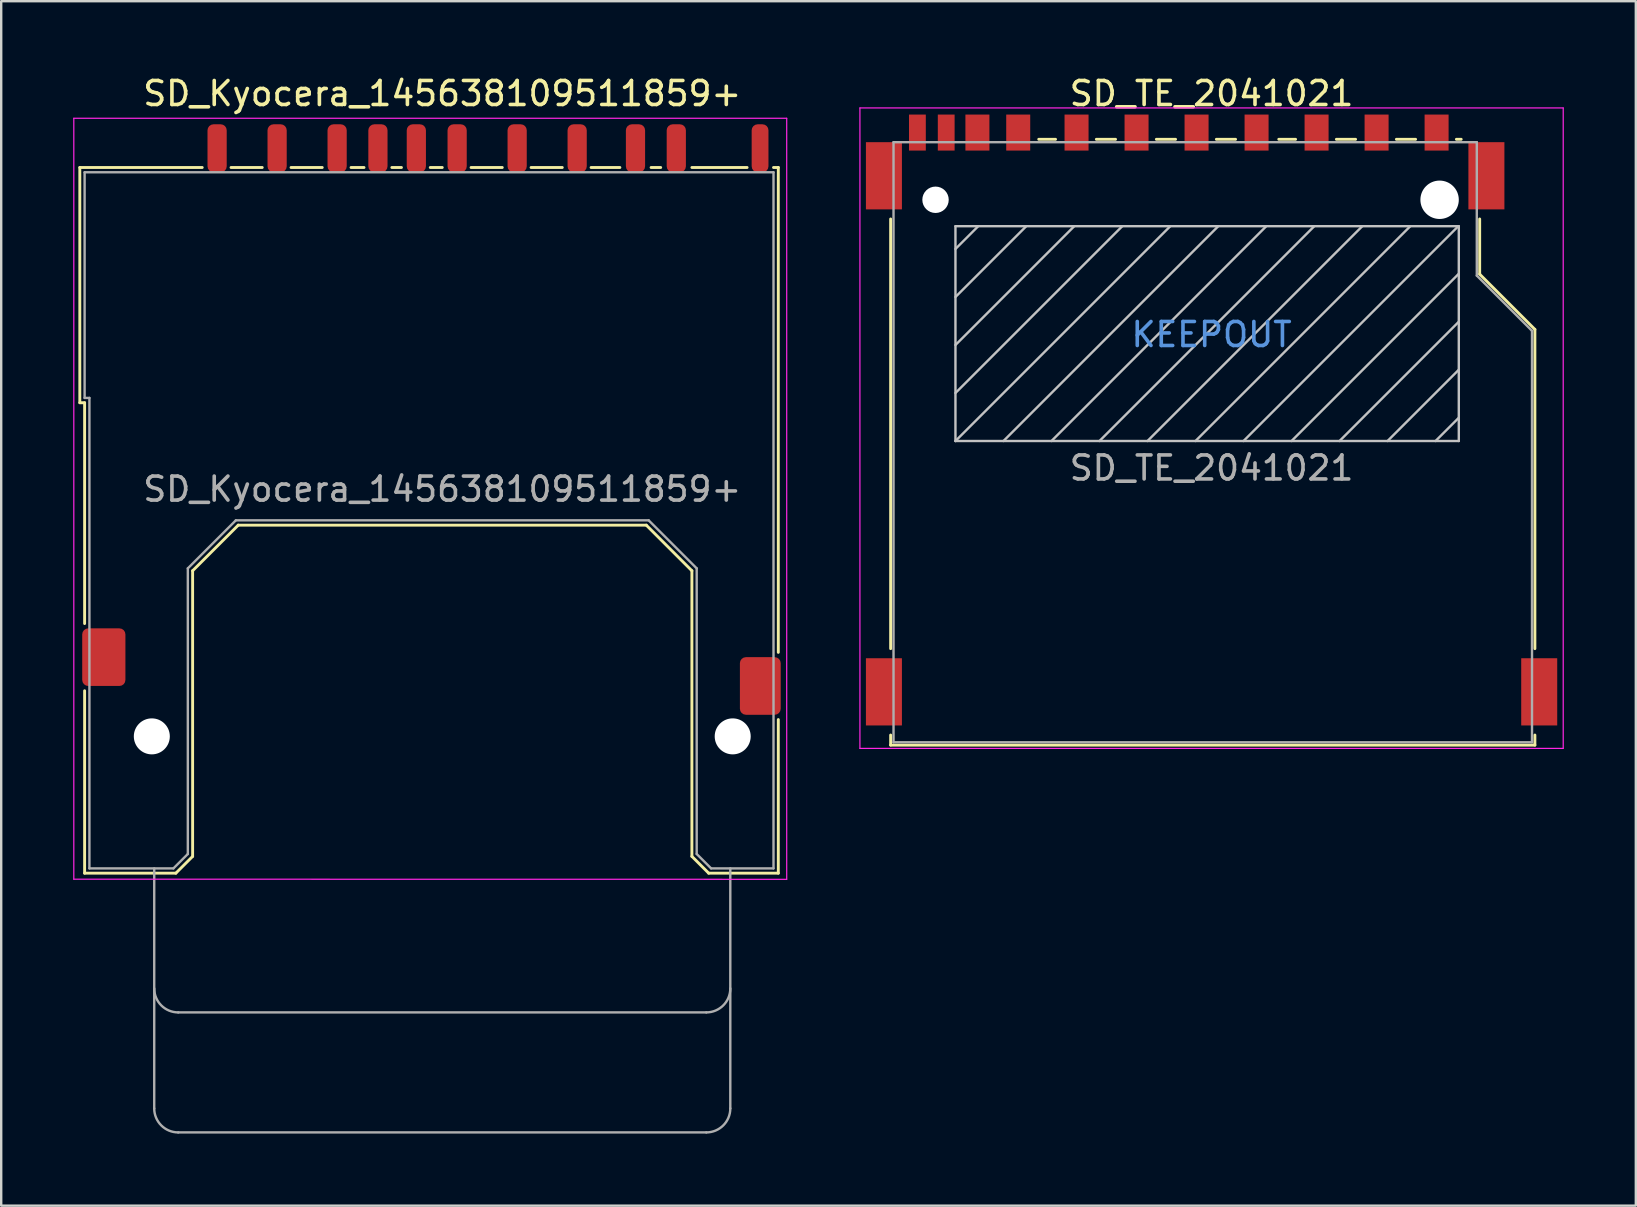
<source format=kicad_pcb>
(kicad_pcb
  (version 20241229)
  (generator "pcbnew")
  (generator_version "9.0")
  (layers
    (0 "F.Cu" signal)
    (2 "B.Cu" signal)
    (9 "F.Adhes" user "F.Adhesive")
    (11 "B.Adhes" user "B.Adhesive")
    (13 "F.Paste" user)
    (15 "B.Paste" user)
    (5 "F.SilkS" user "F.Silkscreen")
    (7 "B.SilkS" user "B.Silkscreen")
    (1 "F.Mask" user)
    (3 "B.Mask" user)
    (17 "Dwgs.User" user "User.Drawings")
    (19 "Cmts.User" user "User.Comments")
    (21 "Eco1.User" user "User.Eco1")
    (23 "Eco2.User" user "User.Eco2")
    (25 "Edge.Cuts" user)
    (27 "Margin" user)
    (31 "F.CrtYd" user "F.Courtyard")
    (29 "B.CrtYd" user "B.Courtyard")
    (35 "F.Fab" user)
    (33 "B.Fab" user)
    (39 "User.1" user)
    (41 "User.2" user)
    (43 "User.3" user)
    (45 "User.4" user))
  (footprint "SD_Kyocera_145638109511859+"
    (layer "F.Cu")
    (at 15.375 18.628)
    (property "Reference" "SD_Kyocera_145638109511859+" (at 0 -17.78 180) (layer "F.SilkS") (effects (font (size 1 1) (thickness 0.15))))
    (attr smd)
    (fp_line (start -15.1 -14.7) (end -10 -14.7) (stroke (width 0.12) (type solid)) (layer "F.SilkS"))
    (fp_line (start -15.1 -4.9) (end -15.1 -14.7) (stroke (width 0.12) (type solid)) (layer "F.SilkS"))
    (fp_line (start -14.9 -4.9) (end -15.1 -4.9) (stroke (width 0.12) (type solid)) (layer "F.SilkS"))
    (fp_line (start -14.9 -4.9) (end -14.9 4.3) (stroke (width 0.12) (type solid)) (layer "F.SilkS"))
    (fp_line (start -14.9 7.1) (end -14.9 14.7) (stroke (width 0.12) (type solid)) (layer "F.SilkS"))
    (fp_line (start -14.9 14.7) (end -11.1 14.7) (stroke (width 0.12) (type solid)) (layer "F.SilkS"))
    (fp_line (start -10.4 14) (end -11.1 14.7) (stroke (width 0.12) (type solid)) (layer "F.SilkS"))
    (fp_line (start -10.4 14) (end -10.4 2.1) (stroke (width 0.12) (type solid)) (layer "F.SilkS"))
    (fp_line (start -8.8 -14.7) (end -7.5 -14.7) (stroke (width 0.12) (type solid)) (layer "F.SilkS"))
    (fp_line (start -8.5 0.2) (end -10.4 2.1) (stroke (width 0.12) (type solid)) (layer "F.SilkS"))
    (fp_line (start -6.3 -14.7) (end -5 -14.7) (stroke (width 0.12) (type solid)) (layer "F.SilkS"))
    (fp_line (start -3.8 -14.7) (end -3.26 -14.7) (stroke (width 0.12) (type solid)) (layer "F.SilkS"))
    (fp_line (start -2.1 -14.7) (end -1.7 -14.7) (stroke (width 0.12) (type solid)) (layer "F.SilkS"))
    (fp_line (start -0.5 -14.7) (end 0 -14.7) (stroke (width 0.12) (type solid)) (layer "F.SilkS"))
    (fp_line (start 1.2 -14.7) (end 2.5 -14.7) (stroke (width 0.12) (type solid)) (layer "F.SilkS"))
    (fp_line (start 3.7 -14.7) (end 5 -14.7) (stroke (width 0.12) (type solid)) (layer "F.SilkS"))
    (fp_line (start 6.2 -14.7) (end 7.4 -14.7) (stroke (width 0.12) (type solid)) (layer "F.SilkS"))
    (fp_line (start 8.5 0.2) (end -8.5 0.2) (stroke (width 0.12) (type solid)) (layer "F.SilkS"))
    (fp_line (start 8.5 0.2) (end 10.4 2.1) (stroke (width 0.12) (type solid)) (layer "F.SilkS"))
    (fp_line (start 8.7 -14.7) (end 9.1 -14.7) (stroke (width 0.12) (type solid)) (layer "F.SilkS"))
    (fp_line (start 10.4 -14.7) (end 12.7 -14.7) (stroke (width 0.12) (type solid)) (layer "F.SilkS"))
    (fp_line (start 10.4 14) (end 10.4 2.1) (stroke (width 0.12) (type solid)) (layer "F.SilkS"))
    (fp_line (start 10.4 14) (end 11.1 14.7) (stroke (width 0.12) (type solid)) (layer "F.SilkS"))
    (fp_line (start 13.8 -14.7) (end 14 -14.7) (stroke (width 0.12) (type solid)) (layer "F.SilkS"))
    (fp_line (start 14 -14.7) (end 14 5.5) (stroke (width 0.12) (type solid)) (layer "F.SilkS"))
    (fp_line (start 14 8.3) (end 14 14.7) (stroke (width 0.12) (type solid)) (layer "F.SilkS"))
    (fp_line (start 14 14.7) (end 11.1 14.7) (stroke (width 0.12) (type solid)) (layer "F.SilkS"))
    (fp_line (start -15.35 -16.75) (end -15.35 14.95) (stroke (width 0.05) (type solid)) (layer "F.CrtYd"))
    (fp_line (start -15.35 14.95) (end 14.35 14.955) (stroke (width 0.05) (type solid)) (layer "F.CrtYd"))
    (fp_line (start 14.35 -16.75) (end -15.35 -16.75) (stroke (width 0.05) (type solid)) (layer "F.CrtYd"))
    (fp_line (start 14.35 14.955) (end 14.35 -16.75) (stroke (width 0.05) (type solid)) (layer "F.CrtYd"))
    (fp_line (start -14.9 -14.5) (end 13.8 -14.5) (stroke (width 0.1) (type solid)) (layer "F.Fab"))
    (fp_line (start -14.9 -5.1) (end -14.9 -14.5) (stroke (width 0.1) (type solid)) (layer "F.Fab"))
    (fp_line (start -14.7 -5.1) (end -14.9 -5.1) (stroke (width 0.1) (type solid)) (layer "F.Fab"))
    (fp_line (start -14.7 14.5) (end -14.7 -5.1) (stroke (width 0.1) (type solid)) (layer "F.Fab"))
    (fp_line (start -12 24.5) (end -12 14.5) (stroke (width 0.1) (type solid)) (layer "F.Fab"))
    (fp_line (start -11.2 14.5) (end -14.7 14.5) (stroke (width 0.1) (type solid)) (layer "F.Fab"))
    (fp_line (start -11.2 14.5) (end -10.6 13.9) (stroke (width 0.1) (type solid)) (layer "F.Fab"))
    (fp_line (start -10.6 2) (end -10.6 13.9) (stroke (width 0.1) (type solid)) (layer "F.Fab"))
    (fp_line (start -10.6 2) (end -8.6 0) (stroke (width 0.1) (type solid)) (layer "F.Fab"))
    (fp_line (start 8.6 0) (end -8.6 0) (stroke (width 0.1) (type solid)) (layer "F.Fab"))
    (fp_line (start 8.6 0) (end 10.6 2) (stroke (width 0.1) (type solid)) (layer "F.Fab"))
    (fp_line (start 10.6 13.9) (end 10.6 2) (stroke (width 0.1) (type solid)) (layer "F.Fab"))
    (fp_line (start 10.6 13.9) (end 11.2 14.5) (stroke (width 0.1) (type solid)) (layer "F.Fab"))
    (fp_line (start 11 20.5) (end -11 20.5) (stroke (width 0.1) (type solid)) (layer "F.Fab"))
    (fp_line (start 11 25.5) (end -11 25.5) (stroke (width 0.1) (type solid)) (layer "F.Fab"))
    (fp_line (start 12 14.5) (end 12 24.5) (stroke (width 0.1) (type solid)) (layer "F.Fab"))
    (fp_line (start 13.8 -14.5) (end 13.8 14.5) (stroke (width 0.1) (type solid)) (layer "F.Fab"))
    (fp_line (start 13.8 14.5) (end 11.2 14.5) (stroke (width 0.1) (type solid)) (layer "F.Fab"))
    (fp_arc (start -11 20.5) (mid -11.707107 20.207107) (end -12 19.5) (stroke (width 0.1) (type solid)) (layer "F.Fab"))
    (fp_arc (start -11 25.5) (mid -11.707107 25.207107) (end -12 24.5) (stroke (width 0.1) (type solid)) (layer "F.Fab"))
    (fp_arc (start 12 19.5) (mid 11.707107 20.207107) (end 11 20.5) (stroke (width 0.1) (type solid)) (layer "F.Fab"))
    (fp_arc (start 12 24.5) (mid 11.707107 25.207107) (end 11 25.5) (stroke (width 0.1) (type solid)) (layer "F.Fab"))
    (fp_text user "${REFERENCE}" (at 0 -1.3 180) (layer "F.Fab") (effects (font (size 1 1) (thickness 0.15))))
    (pad "" np_thru_hole circle (at -12.1 9 180) (size 1.5 1.5) (drill 1.5) (layers "*.Cu" "*.Mask"))
    (pad "" np_thru_hole circle (at 12.1 9 180) (size 1.5 1.5) (drill 1.5) (layers "*.Cu" "*.Mask"))
    (pad "1" smd roundrect (at -6.88 -15.5 180) (size 0.8 2) (layers "F.Cu" "F.Mask" "F.Paste") (roundrect_rratio 0.313))
    (pad "2" smd roundrect (at -4.38 -15.5 180) (size 0.8 2) (layers "F.Cu" "F.Mask" "F.Paste") (roundrect_rratio 0.313))
    (pad "3" smd roundrect (at -1.08 -15.5 180) (size 0.8 2) (layers "F.Cu" "F.Mask" "F.Paste") (roundrect_rratio 0.313))
    (pad "4" smd roundrect (at 0.62 -15.5 180) (size 0.8 2) (layers "F.Cu" "F.Mask" "F.Paste") (roundrect_rratio 0.313))
    (pad "5" smd roundrect (at 3.12 -15.5 180) (size 0.8 2) (layers "F.Cu" "F.Mask" "F.Paste") (roundrect_rratio 0.313))
    (pad "6" smd roundrect (at 5.62 -15.5 180) (size 0.8 2) (layers "F.Cu" "F.Mask" "F.Paste") (roundrect_rratio 0.313))
    (pad "7" smd roundrect (at 8.05 -15.5 180) (size 0.8 2) (layers "F.Cu" "F.Mask" "F.Paste") (roundrect_rratio 0.313))
    (pad "8" smd roundrect (at 9.75 -15.5 180) (size 0.8 2) (layers "F.Cu" "F.Mask" "F.Paste") (roundrect_rratio 0.313))
    (pad "9" smd roundrect (at -9.38 -15.5 180) (size 0.8 2) (layers "F.Cu" "F.Mask" "F.Paste") (roundrect_rratio 0.313))
    (pad "10" smd roundrect (at -2.68 -15.5 180) (size 0.8 2) (layers "F.Cu" "F.Mask" "F.Paste") (roundrect_rratio 0.313))
    (pad "11" smd roundrect (at 13.24 -15.5 180) (size 0.7 2) (layers "F.Cu" "F.Mask" "F.Paste") (roundrect_rratio 0.357))
    (pad "12" smd roundrect (at 13.25 6.9 180) (size 1.7 2.4) (layers "F.Cu" "F.Mask" "F.Paste") (roundrect_rratio 0.147))
    (pad "13" smd roundrect (at -14.1 5.7 180) (size 1.8 2.4) (layers "F.Cu" "F.Mask" "F.Paste") (roundrect_rratio 0.139)))
  (footprint "SD_TE_2041021"
    (layer "F.Cu")
    (at 47.425 14.448)
    (property "Reference" "SD_TE_2041021" (at 0 -13.6 0) (layer "F.SilkS") (effects (font (size 1 1) (thickness 0.15))))
    (attr smd)
    (fp_line (start -13.37 -8.375) (end -13.37 9.525) (stroke (width 0.12) (type solid)) (layer "F.SilkS"))
    (fp_line (start -13.37 13.125) (end -13.37 13.545) (stroke (width 0.12) (type solid)) (layer "F.SilkS"))
    (fp_line (start -13.37 13.545) (end 13.47 13.545) (stroke (width 0.12) (type solid)) (layer "F.SilkS"))
    (fp_line (start -7.2 -11.695) (end -6.5 -11.695) (stroke (width 0.12) (type solid)) (layer "F.SilkS"))
    (fp_line (start -4.8 -11.695) (end -4 -11.695) (stroke (width 0.12) (type solid)) (layer "F.SilkS"))
    (fp_line (start -2.3 -11.695) (end -1.5 -11.695) (stroke (width 0.12) (type solid)) (layer "F.SilkS"))
    (fp_line (start 0.2 -11.695) (end 1 -11.695) (stroke (width 0.12) (type solid)) (layer "F.SilkS"))
    (fp_line (start 2.8 -11.695) (end 3.5 -11.695) (stroke (width 0.12) (type solid)) (layer "F.SilkS"))
    (fp_line (start 5.2 -11.695) (end 6 -11.695) (stroke (width 0.12) (type solid)) (layer "F.SilkS"))
    (fp_line (start 7.7 -11.695) (end 8.5 -11.695) (stroke (width 0.12) (type solid)) (layer "F.SilkS"))
    (fp_line (start 10.2 -11.695) (end 10.4 -11.695) (stroke (width 0.12) (type solid)) (layer "F.SilkS"))
    (fp_line (start 11.17 -8.375) (end 11.17 -6.075) (stroke (width 0.12) (type solid)) (layer "F.SilkS"))
    (fp_line (start 11.17 -6.075) (end 13.47 -3.775) (stroke (width 0.12) (type solid)) (layer "F.SilkS"))
    (fp_line (start 13.47 -3.775) (end 13.47 9.525) (stroke (width 0.12) (type solid)) (layer "F.SilkS"))
    (fp_line (start 13.47 13.545) (end 13.47 13.125) (stroke (width 0.12) (type solid)) (layer "F.SilkS"))
    (fp_line (start -10.67 -8.075) (end -10.67 0.875) (stroke (width 0.1) (type solid)) (layer "Dwgs.User"))
    (fp_line (start -10.67 0.875) (end 10.3 0.875) (stroke (width 0.1) (type solid)) (layer "Dwgs.User"))
    (fp_line (start -9.72 -8.075) (end -10.67 -7.125) (stroke (width 0.1) (type solid)) (layer "Dwgs.User"))
    (fp_line (start -7.72 -8.075) (end -10.67 -5.125) (stroke (width 0.1) (type solid)) (layer "Dwgs.User"))
    (fp_line (start -5.72 -8.075) (end -10.67 -3.125) (stroke (width 0.1) (type solid)) (layer "Dwgs.User"))
    (fp_line (start -3.72 -8.075) (end -10.67 -1.125) (stroke (width 0.1) (type solid)) (layer "Dwgs.User"))
    (fp_line (start -1.72 -8.075) (end -10.67 0.875) (stroke (width 0.1) (type solid)) (layer "Dwgs.User"))
    (fp_line (start 0.28 -8.075) (end -8.67 0.875) (stroke (width 0.1) (type solid)) (layer "Dwgs.User"))
    (fp_line (start 2.28 -8.075) (end -6.67 0.875) (stroke (width 0.1) (type solid)) (layer "Dwgs.User"))
    (fp_line (start 4.28 -8.075) (end -4.67 0.875) (stroke (width 0.1) (type solid)) (layer "Dwgs.User"))
    (fp_line (start 6.28 -8.075) (end -2.67 0.875) (stroke (width 0.1) (type solid)) (layer "Dwgs.User"))
    (fp_line (start 8.28 -8.075) (end -0.67 0.875) (stroke (width 0.1) (type solid)) (layer "Dwgs.User"))
    (fp_line (start 10.28 -8.075) (end 1.33 0.875) (stroke (width 0.1) (type solid)) (layer "Dwgs.User"))
    (fp_line (start 10.3 -8.075) (end -10.67 -8.075) (stroke (width 0.1) (type solid)) (layer "Dwgs.User"))
    (fp_line (start 10.3 -6.095) (end 3.33 0.875) (stroke (width 0.1) (type solid)) (layer "Dwgs.User"))
    (fp_line (start 10.3 -4.095) (end 5.33 0.875) (stroke (width 0.1) (type solid)) (layer "Dwgs.User"))
    (fp_line (start 10.3 -2.095) (end 7.33 0.875) (stroke (width 0.1) (type solid)) (layer "Dwgs.User"))
    (fp_line (start 10.3 -0.095) (end 9.33 0.875) (stroke (width 0.1) (type solid)) (layer "Dwgs.User"))
    (fp_line (start 10.3 0.875) (end 10.3 -8.075) (stroke (width 0.1) (type solid)) (layer "Dwgs.User"))
    (fp_line (start -14.65 -13) (end -14.65 13.68) (stroke (width 0.05) (type solid)) (layer "F.CrtYd"))
    (fp_line (start -14.65 -13) (end 14.65 -13) (stroke (width 0.05) (type solid)) (layer "F.CrtYd"))
    (fp_line (start 14.65 13.68) (end -14.65 13.68) (stroke (width 0.05) (type solid)) (layer "F.CrtYd"))
    (fp_line (start 14.65 13.68) (end 14.65 -13) (stroke (width 0.05) (type solid)) (layer "F.CrtYd"))
    (fp_line (start -13.25 -11.575) (end -13.25 13.425) (stroke (width 0.1) (type solid)) (layer "F.Fab"))
    (fp_line (start -13.25 13.425) (end 13.35 13.425) (stroke (width 0.1) (type solid)) (layer "F.Fab"))
    (fp_line (start 11.05 -11.575) (end -13.25 -11.575) (stroke (width 0.1) (type solid)) (layer "F.Fab"))
    (fp_line (start 11.05 -6.015) (end 11.05 -11.575) (stroke (width 0.1) (type solid)) (layer "F.Fab"))
    (fp_line (start 13.35 -3.715) (end 11.05 -6.015) (stroke (width 0.1) (type solid)) (layer "F.Fab"))
    (fp_line (start 13.35 13.425) (end 13.35 -3.715) (stroke (width 0.1) (type solid)) (layer "F.Fab"))
    (fp_text user "KEEPOUT" (at 0 -3.56 0) (layer "Cmts.User") (effects (font (size 1 1) (thickness 0.15))))
    (fp_text user "${REFERENCE}" (at 0 2 0) (layer "F.Fab") (effects (font (size 1 1) (thickness 0.15))))
    (pad "" np_thru_hole circle (at -11.5 -9.175) (size 1.1 1.1) (drill 1.1) (layers "*.Cu" "*.Mask"))
    (pad "" np_thru_hole circle (at 9.5 -9.175) (size 1.6 1.6) (drill 1.6) (layers "*.Cu" "*.Mask"))
    (pad "1" smd rect (at 6.875 -11.975) (size 1 1.5) (layers "F.Cu" "F.Mask" "F.Paste"))
    (pad "2" smd rect (at 4.375 -11.975) (size 1 1.5) (layers "F.Cu" "F.Mask" "F.Paste"))
    (pad "3" smd rect (at 1.875 -11.975) (size 1 1.5) (layers "F.Cu" "F.Mask" "F.Paste"))
    (pad "4" smd rect (at -0.625 -11.975) (size 1 1.5) (layers "F.Cu" "F.Mask" "F.Paste"))
    (pad "5" smd rect (at -3.125 -11.975) (size 1 1.5) (layers "F.Cu" "F.Mask" "F.Paste"))
    (pad "6" smd rect (at -5.625 -11.975) (size 1 1.5) (layers "F.Cu" "F.Mask" "F.Paste"))
    (pad "7" smd rect (at -8.055 -11.975) (size 1 1.5) (layers "F.Cu" "F.Mask" "F.Paste"))
    (pad "8" smd rect (at -9.755 -11.975) (size 1 1.5) (layers "F.Cu" "F.Mask" "F.Paste"))
    (pad "9" smd rect (at 9.375 -11.975) (size 1 1.5) (layers "F.Cu" "F.Mask" "F.Paste"))
    (pad "10" smd rect (at -11.055 -11.975) (size 0.7 1.5) (layers "F.Cu" "F.Mask" "F.Paste"))
    (pad "11" smd rect (at -12.255 -11.975) (size 0.7 1.5) (layers "F.Cu" "F.Mask" "F.Paste"))
    (pad "12" smd rect (at -13.65 -10.175) (size 1.5 2.8) (layers "F.Cu" "F.Mask" "F.Paste"))
    (pad "12" smd rect (at -13.65 11.325) (size 1.5 2.8) (layers "F.Cu" "F.Mask" "F.Paste"))
    (pad "12" smd rect (at 11.45 -10.175) (size 1.5 2.8) (layers "F.Cu" "F.Mask" "F.Paste"))
    (pad "12" smd rect (at 13.65 11.325) (size 1.5 2.8) (layers "F.Cu" "F.Mask" "F.Paste")))
  (gr_rect
    (start -3 -3)
    (end 65.1 47.178)
    (stroke (width 0.1) (type default))
    (fill no)
    (layer "Edge.Cuts")))
</source>
